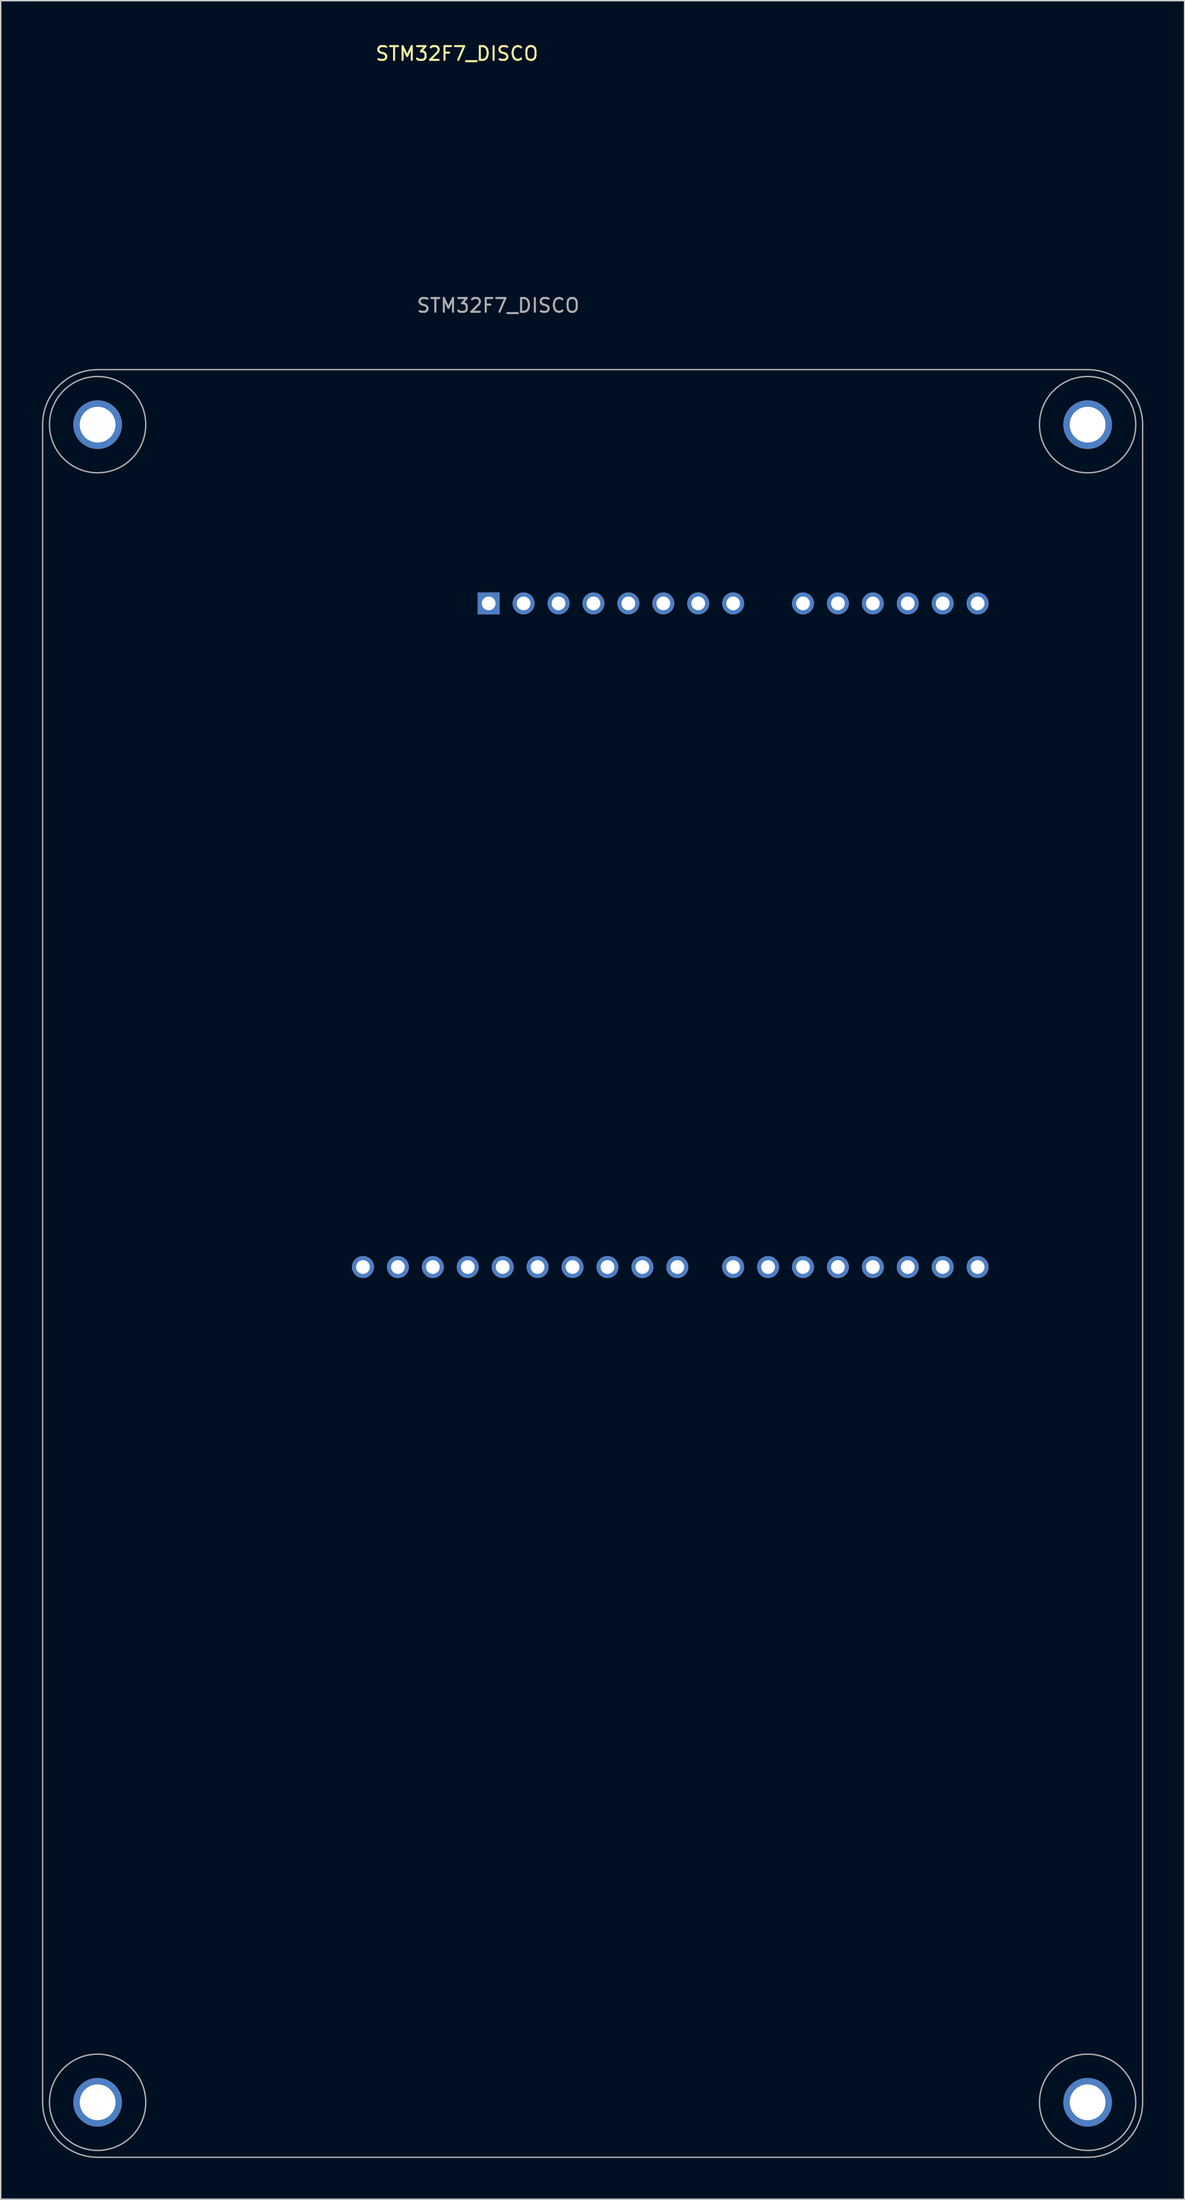
<source format=kicad_pcb>
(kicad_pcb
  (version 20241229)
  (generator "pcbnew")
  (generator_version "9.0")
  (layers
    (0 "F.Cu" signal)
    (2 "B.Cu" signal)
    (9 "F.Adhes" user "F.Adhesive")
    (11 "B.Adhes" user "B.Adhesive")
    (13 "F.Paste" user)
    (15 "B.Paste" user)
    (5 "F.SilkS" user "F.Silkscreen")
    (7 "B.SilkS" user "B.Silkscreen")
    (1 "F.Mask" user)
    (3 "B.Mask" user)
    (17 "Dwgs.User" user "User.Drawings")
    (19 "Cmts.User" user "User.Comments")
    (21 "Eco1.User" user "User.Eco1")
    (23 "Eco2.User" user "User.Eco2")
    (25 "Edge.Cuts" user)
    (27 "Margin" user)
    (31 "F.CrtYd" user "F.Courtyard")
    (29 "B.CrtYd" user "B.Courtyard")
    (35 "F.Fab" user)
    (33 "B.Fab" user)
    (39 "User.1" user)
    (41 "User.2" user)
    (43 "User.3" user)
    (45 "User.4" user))
  (footprint "STM32F7_DISCO"
    (layer "F.Cu")
    (at 31.05 40.831)
    (property "Reference" "STM32F7_DISCO" (at -0.868 -39.983 180) (layer "F.SilkS") (effects (font (size 1 1) (thickness 0.15))))
    (attr through_hole)
    (fp_line (start -31 -13) (end -31 109) (stroke (width 0.1) (type default)) (layer "F.Fab"))
    (fp_line (start -27 113) (end 45 113) (stroke (width 0.1) (type default)) (layer "F.Fab"))
    (fp_line (start 45 -17) (end -27 -17) (stroke (width 0.1) (type default)) (layer "F.Fab"))
    (fp_line (start 49 109) (end 49 -13) (stroke (width 0.1) (type default)) (layer "F.Fab"))
    (fp_arc (start -31 -13) (mid -29.828427 -15.828427) (end -27 -17) (stroke (width 0.1) (type default)) (layer "F.Fab"))
    (fp_arc (start -27 113) (mid -29.828427 111.828427) (end -31 109) (stroke (width 0.1) (type default)) (layer "F.Fab"))
    (fp_arc (start 45 -17) (mid 47.828427 -15.828427) (end 49 -13) (stroke (width 0.1) (type default)) (layer "F.Fab"))
    (fp_arc (start 49 109) (mid 47.828427 111.828427) (end 45 113) (stroke (width 0.1) (type default)) (layer "F.Fab"))
    (fp_circle (center -27 -13) (end -27 -9.5) (stroke (width 0.1) (type default)) (fill no) (layer "F.Fab"))
    (fp_circle (center -27 109) (end -27 112.5) (stroke (width 0.1) (type default)) (fill no) (layer "F.Fab"))
    (fp_circle (center 45 -13) (end 45 -9.5) (stroke (width 0.1) (type default)) (fill no) (layer "F.Fab"))
    (fp_circle (center 45 109) (end 45 112.5) (stroke (width 0.1) (type default)) (fill no) (layer "F.Fab"))
    (fp_text user "${REFERENCE}" (at 2.132 -21.663 180) (layer "F.Fab") (effects (font (size 1 1) (thickness 0.15))))
    (pad "1" thru_hole rect (at 1.44 0 90) (size 1.6 1.6) (drill 1) (layers "*.Cu" "*.Mask"))
    (pad "2" thru_hole oval (at 3.98 0 90) (size 1.6 1.6) (drill 1) (layers "*.Cu" "*.Mask"))
    (pad "3" thru_hole oval (at 6.52 0 90) (size 1.6 1.6) (drill 1) (layers "*.Cu" "*.Mask"))
    (pad "4" thru_hole oval (at 9.06 0 90) (size 1.6 1.6) (drill 1) (layers "*.Cu" "*.Mask"))
    (pad "5" thru_hole oval (at 11.6 0 90) (size 1.6 1.6) (drill 1) (layers "*.Cu" "*.Mask"))
    (pad "6" thru_hole oval (at 14.14 0 90) (size 1.6 1.6) (drill 1) (layers "*.Cu" "*.Mask"))
    (pad "7" thru_hole oval (at 16.68 0 90) (size 1.6 1.6) (drill 1) (layers "*.Cu" "*.Mask"))
    (pad "8" thru_hole oval (at 19.22 0 90) (size 1.6 1.6) (drill 1) (layers "*.Cu" "*.Mask"))
    (pad "9" thru_hole oval (at 24.3 0 90) (size 1.6 1.6) (drill 1) (layers "*.Cu" "*.Mask"))
    (pad "10" thru_hole oval (at 26.84 0 90) (size 1.6 1.6) (drill 1) (layers "*.Cu" "*.Mask"))
    (pad "11" thru_hole oval (at 29.38 0 90) (size 1.6 1.6) (drill 1) (layers "*.Cu" "*.Mask"))
    (pad "12" thru_hole oval (at 31.92 0 90) (size 1.6 1.6) (drill 1) (layers "*.Cu" "*.Mask"))
    (pad "13" thru_hole oval (at 34.46 0 90) (size 1.6 1.6) (drill 1) (layers "*.Cu" "*.Mask"))
    (pad "14" thru_hole oval (at 37 0 90) (size 1.6 1.6) (drill 1) (layers "*.Cu" "*.Mask"))
    (pad "15" thru_hole oval (at 37 48.26 90) (size 1.6 1.6) (drill 1) (layers "*.Cu" "*.Mask"))
    (pad "16" thru_hole oval (at 34.46 48.26 90) (size 1.6 1.6) (drill 1) (layers "*.Cu" "*.Mask"))
    (pad "17" thru_hole oval (at 31.92 48.26 90) (size 1.6 1.6) (drill 1) (layers "*.Cu" "*.Mask"))
    (pad "18" thru_hole oval (at 29.38 48.26 90) (size 1.6 1.6) (drill 1) (layers "*.Cu" "*.Mask"))
    (pad "19" thru_hole oval (at 26.84 48.26 90) (size 1.6 1.6) (drill 1) (layers "*.Cu" "*.Mask"))
    (pad "20" thru_hole oval (at 24.3 48.26 90) (size 1.6 1.6) (drill 1) (layers "*.Cu" "*.Mask"))
    (pad "21" thru_hole oval (at 21.76 48.26 90) (size 1.6 1.6) (drill 1) (layers "*.Cu" "*.Mask"))
    (pad "22" thru_hole oval (at 19.22 48.26 90) (size 1.6 1.6) (drill 1) (layers "*.Cu" "*.Mask"))
    (pad "23" thru_hole oval (at 15.16 48.26 90) (size 1.6 1.6) (drill 1) (layers "*.Cu" "*.Mask"))
    (pad "24" thru_hole oval (at 12.62 48.26 90) (size 1.6 1.6) (drill 1) (layers "*.Cu" "*.Mask"))
    (pad "25" thru_hole oval (at 10.08 48.26 90) (size 1.6 1.6) (drill 1) (layers "*.Cu" "*.Mask"))
    (pad "26" thru_hole oval (at 7.54 48.26 90) (size 1.6 1.6) (drill 1) (layers "*.Cu" "*.Mask"))
    (pad "27" thru_hole oval (at 5 48.26 90) (size 1.6 1.6) (drill 1) (layers "*.Cu" "*.Mask"))
    (pad "28" thru_hole oval (at 2.46 48.26 90) (size 1.6 1.6) (drill 1) (layers "*.Cu" "*.Mask"))
    (pad "29" thru_hole oval (at -0.08 48.26 90) (size 1.6 1.6) (drill 1) (layers "*.Cu" "*.Mask"))
    (pad "30" thru_hole oval (at -2.62 48.26 90) (size 1.6 1.6) (drill 1) (layers "*.Cu" "*.Mask"))
    (pad "31" thru_hole oval (at -5.16 48.26 90) (size 1.6 1.6) (drill 1) (layers "*.Cu" "*.Mask"))
    (pad "32" thru_hole oval (at -7.7 48.26 90) (size 1.6 1.6) (drill 1) (layers "*.Cu" "*.Mask"))
    (pad "33" thru_hole circle (at -27 -13) (size 3.54 3.54) (drill 2.6) (layers "*.Cu" "*.Mask"))
    (pad "33" thru_hole circle (at -27 109) (size 3.54 3.54) (drill 2.6) (layers "*.Cu" "*.Mask"))
    (pad "33" thru_hole circle (at 45 -13) (size 3.54 3.54) (drill 2.6) (layers "*.Cu" "*.Mask"))
    (pad "33" thru_hole circle (at 45 109) (size 3.54 3.54) (drill 2.6) (layers "*.Cu" "*.Mask")))
  (gr_rect
    (start -3 -3)
    (end 83.1 156.881)
    (stroke (width 0.1) (type default))
    (fill no)
    (layer "Edge.Cuts")))
</source>
